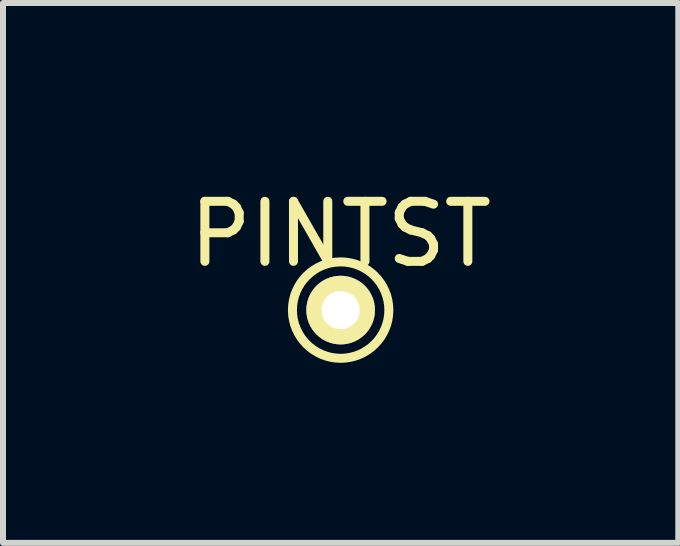
<source format=kicad_pcb>
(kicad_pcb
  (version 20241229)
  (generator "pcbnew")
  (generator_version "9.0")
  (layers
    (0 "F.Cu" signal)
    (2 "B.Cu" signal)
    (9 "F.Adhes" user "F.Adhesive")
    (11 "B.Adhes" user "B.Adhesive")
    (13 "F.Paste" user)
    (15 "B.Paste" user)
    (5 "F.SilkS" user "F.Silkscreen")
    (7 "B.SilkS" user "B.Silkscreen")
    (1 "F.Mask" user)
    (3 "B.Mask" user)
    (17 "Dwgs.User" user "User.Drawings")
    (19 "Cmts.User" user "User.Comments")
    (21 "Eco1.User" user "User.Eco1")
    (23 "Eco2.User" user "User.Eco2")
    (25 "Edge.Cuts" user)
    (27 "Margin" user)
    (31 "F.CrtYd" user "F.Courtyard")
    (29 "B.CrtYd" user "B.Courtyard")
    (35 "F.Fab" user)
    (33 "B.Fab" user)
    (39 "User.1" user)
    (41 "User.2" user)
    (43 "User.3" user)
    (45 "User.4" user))
  (footprint "PINTST"
    (layer "F.Cu")
    (at 2.625 2.116)
    (property "Reference" "PINTST" (at 0 -1.267 0) (layer "F.SilkS") (effects (font (size 1 1) (thickness 0.15))))
    (attr through_hole)
    (fp_circle (center 0 0) (end -0.254 -0.762) (stroke (width 0.15) (type solid)) (fill no) (layer "F.SilkS"))
    (pad "1" thru_hole circle (at 0 0) (size 1.143 1.143) (drill 0.635) (layers "*.Cu" "*.Mask" "F.SilkS")))
  (gr_rect
    (start -3 -3)
    (end 8.25 5.994)
    (stroke (width 0.1) (type default))
    (fill no)
    (layer "Edge.Cuts")))
</source>
